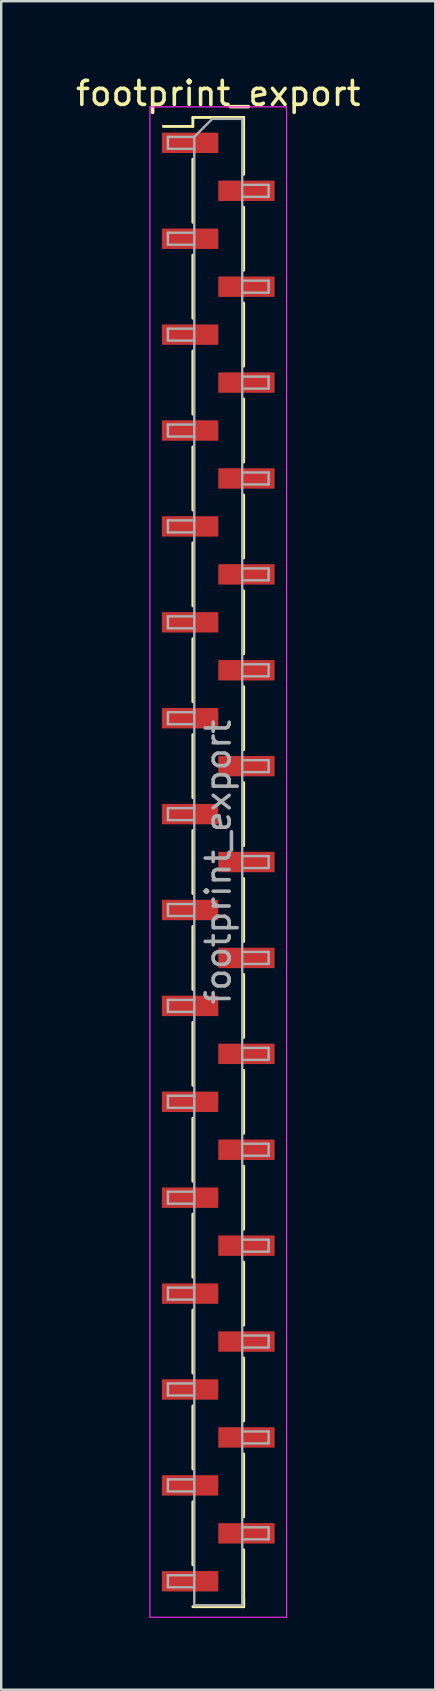
<source format=kicad_pcb>
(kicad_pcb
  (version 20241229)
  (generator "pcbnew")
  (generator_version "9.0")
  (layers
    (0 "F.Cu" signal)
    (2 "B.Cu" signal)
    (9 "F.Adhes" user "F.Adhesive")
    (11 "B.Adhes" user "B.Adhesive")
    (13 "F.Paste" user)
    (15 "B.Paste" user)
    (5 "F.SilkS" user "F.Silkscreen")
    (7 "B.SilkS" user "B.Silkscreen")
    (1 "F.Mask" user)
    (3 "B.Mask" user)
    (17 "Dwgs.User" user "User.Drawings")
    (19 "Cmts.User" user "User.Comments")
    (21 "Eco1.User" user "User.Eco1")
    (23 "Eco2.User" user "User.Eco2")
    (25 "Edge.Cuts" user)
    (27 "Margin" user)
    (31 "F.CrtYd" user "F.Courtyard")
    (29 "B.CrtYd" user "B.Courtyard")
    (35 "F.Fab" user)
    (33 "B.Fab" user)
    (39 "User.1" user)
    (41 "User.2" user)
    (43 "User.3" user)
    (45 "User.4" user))
  (footprint "footprint_export"
    (layer "F.Cu")
    (at 6.054 32.908)
    (property "Reference" "footprint_export" (at 0 -32.06 0) (layer "F.SilkS") (effects (font (size 1 1) (thickness 0.15))))
    (attr smd)
    (fp_line (start -1.06 -31.06) (end -1.06 -30.685) (stroke (width 0.12) (type solid)) (layer "F.SilkS"))
    (fp_line (start -1.06 -31.06) (end 1.06 -31.06) (stroke (width 0.12) (type solid)) (layer "F.SilkS"))
    (fp_line (start -1.06 -30.685) (end -2.29 -30.685) (stroke (width 0.12) (type solid)) (layer "F.SilkS"))
    (fp_line (start -1.06 -29.315) (end -1.06 -26.685) (stroke (width 0.12) (type solid)) (layer "F.SilkS"))
    (fp_line (start -1.06 -25.315) (end -1.06 -22.685) (stroke (width 0.12) (type solid)) (layer "F.SilkS"))
    (fp_line (start -1.06 -21.315) (end -1.06 -18.685) (stroke (width 0.12) (type solid)) (layer "F.SilkS"))
    (fp_line (start -1.06 -17.315) (end -1.06 -14.685) (stroke (width 0.12) (type solid)) (layer "F.SilkS"))
    (fp_line (start -1.06 -13.315) (end -1.06 -10.685) (stroke (width 0.12) (type solid)) (layer "F.SilkS"))
    (fp_line (start -1.06 -9.315) (end -1.06 -6.685) (stroke (width 0.12) (type solid)) (layer "F.SilkS"))
    (fp_line (start -1.06 -5.315) (end -1.06 -2.685) (stroke (width 0.12) (type solid)) (layer "F.SilkS"))
    (fp_line (start -1.06 -1.315) (end -1.06 1.315) (stroke (width 0.12) (type solid)) (layer "F.SilkS"))
    (fp_line (start -1.06 2.685) (end -1.06 5.315) (stroke (width 0.12) (type solid)) (layer "F.SilkS"))
    (fp_line (start -1.06 6.685) (end -1.06 9.315) (stroke (width 0.12) (type solid)) (layer "F.SilkS"))
    (fp_line (start -1.06 10.685) (end -1.06 13.315) (stroke (width 0.12) (type solid)) (layer "F.SilkS"))
    (fp_line (start -1.06 14.685) (end -1.06 17.315) (stroke (width 0.12) (type solid)) (layer "F.SilkS"))
    (fp_line (start -1.06 18.685) (end -1.06 21.315) (stroke (width 0.12) (type solid)) (layer "F.SilkS"))
    (fp_line (start -1.06 22.685) (end -1.06 25.315) (stroke (width 0.12) (type solid)) (layer "F.SilkS"))
    (fp_line (start -1.06 26.685) (end -1.06 29.315) (stroke (width 0.12) (type solid)) (layer "F.SilkS"))
    (fp_line (start -1.06 31.06) (end 1.06 31.06) (stroke (width 0.12) (type solid)) (layer "F.SilkS"))
    (fp_line (start 1.06 -31.06) (end 1.06 -28.685) (stroke (width 0.12) (type solid)) (layer "F.SilkS"))
    (fp_line (start 1.06 -27.315) (end 1.06 -24.685) (stroke (width 0.12) (type solid)) (layer "F.SilkS"))
    (fp_line (start 1.06 -23.315) (end 1.06 -20.685) (stroke (width 0.12) (type solid)) (layer "F.SilkS"))
    (fp_line (start 1.06 -19.315) (end 1.06 -16.685) (stroke (width 0.12) (type solid)) (layer "F.SilkS"))
    (fp_line (start 1.06 -15.315) (end 1.06 -12.685) (stroke (width 0.12) (type solid)) (layer "F.SilkS"))
    (fp_line (start 1.06 -11.315) (end 1.06 -8.685) (stroke (width 0.12) (type solid)) (layer "F.SilkS"))
    (fp_line (start 1.06 -7.315) (end 1.06 -4.685) (stroke (width 0.12) (type solid)) (layer "F.SilkS"))
    (fp_line (start 1.06 -3.315) (end 1.06 -0.685) (stroke (width 0.12) (type solid)) (layer "F.SilkS"))
    (fp_line (start 1.06 0.685) (end 1.06 3.315) (stroke (width 0.12) (type solid)) (layer "F.SilkS"))
    (fp_line (start 1.06 4.685) (end 1.06 7.315) (stroke (width 0.12) (type solid)) (layer "F.SilkS"))
    (fp_line (start 1.06 8.685) (end 1.06 11.315) (stroke (width 0.12) (type solid)) (layer "F.SilkS"))
    (fp_line (start 1.06 12.685) (end 1.06 15.315) (stroke (width 0.12) (type solid)) (layer "F.SilkS"))
    (fp_line (start 1.06 16.685) (end 1.06 19.315) (stroke (width 0.12) (type solid)) (layer "F.SilkS"))
    (fp_line (start 1.06 20.685) (end 1.06 23.315) (stroke (width 0.12) (type solid)) (layer "F.SilkS"))
    (fp_line (start 1.06 24.685) (end 1.06 27.315) (stroke (width 0.12) (type solid)) (layer "F.SilkS"))
    (fp_line (start 1.06 28.685) (end 1.06 31.06) (stroke (width 0.12) (type solid)) (layer "F.SilkS"))
    (fp_line (start 1.06 30.685) (end 1.06 31.06) (stroke (width 0.12) (type solid)) (layer "F.SilkS"))
    (fp_line (start -2.85 -31.5) (end -2.85 31.5) (stroke (width 0.05) (type solid)) (layer "F.CrtYd"))
    (fp_line (start -2.85 31.5) (end 2.85 31.5) (stroke (width 0.05) (type solid)) (layer "F.CrtYd"))
    (fp_line (start 2.85 -31.5) (end -2.85 -31.5) (stroke (width 0.05) (type solid)) (layer "F.CrtYd"))
    (fp_line (start 2.85 31.5) (end 2.85 -31.5) (stroke (width 0.05) (type solid)) (layer "F.CrtYd"))
    (fp_line (start -2.1 -30.25) (end -2.1 -29.75) (stroke (width 0.1) (type solid)) (layer "F.Fab"))
    (fp_line (start -2.1 -29.75) (end -1 -29.75) (stroke (width 0.1) (type solid)) (layer "F.Fab"))
    (fp_line (start -2.1 -26.25) (end -2.1 -25.75) (stroke (width 0.1) (type solid)) (layer "F.Fab"))
    (fp_line (start -2.1 -25.75) (end -1 -25.75) (stroke (width 0.1) (type solid)) (layer "F.Fab"))
    (fp_line (start -2.1 -22.25) (end -2.1 -21.75) (stroke (width 0.1) (type solid)) (layer "F.Fab"))
    (fp_line (start -2.1 -21.75) (end -1 -21.75) (stroke (width 0.1) (type solid)) (layer "F.Fab"))
    (fp_line (start -2.1 -18.25) (end -2.1 -17.75) (stroke (width 0.1) (type solid)) (layer "F.Fab"))
    (fp_line (start -2.1 -17.75) (end -1 -17.75) (stroke (width 0.1) (type solid)) (layer "F.Fab"))
    (fp_line (start -2.1 -14.25) (end -2.1 -13.75) (stroke (width 0.1) (type solid)) (layer "F.Fab"))
    (fp_line (start -2.1 -13.75) (end -1 -13.75) (stroke (width 0.1) (type solid)) (layer "F.Fab"))
    (fp_line (start -2.1 -10.25) (end -2.1 -9.75) (stroke (width 0.1) (type solid)) (layer "F.Fab"))
    (fp_line (start -2.1 -9.75) (end -1 -9.75) (stroke (width 0.1) (type solid)) (layer "F.Fab"))
    (fp_line (start -2.1 -6.25) (end -2.1 -5.75) (stroke (width 0.1) (type solid)) (layer "F.Fab"))
    (fp_line (start -2.1 -5.75) (end -1 -5.75) (stroke (width 0.1) (type solid)) (layer "F.Fab"))
    (fp_line (start -2.1 -2.25) (end -2.1 -1.75) (stroke (width 0.1) (type solid)) (layer "F.Fab"))
    (fp_line (start -2.1 -1.75) (end -1 -1.75) (stroke (width 0.1) (type solid)) (layer "F.Fab"))
    (fp_line (start -2.1 1.75) (end -2.1 2.25) (stroke (width 0.1) (type solid)) (layer "F.Fab"))
    (fp_line (start -2.1 2.25) (end -1 2.25) (stroke (width 0.1) (type solid)) (layer "F.Fab"))
    (fp_line (start -2.1 5.75) (end -2.1 6.25) (stroke (width 0.1) (type solid)) (layer "F.Fab"))
    (fp_line (start -2.1 6.25) (end -1 6.25) (stroke (width 0.1) (type solid)) (layer "F.Fab"))
    (fp_line (start -2.1 9.75) (end -2.1 10.25) (stroke (width 0.1) (type solid)) (layer "F.Fab"))
    (fp_line (start -2.1 10.25) (end -1 10.25) (stroke (width 0.1) (type solid)) (layer "F.Fab"))
    (fp_line (start -2.1 13.75) (end -2.1 14.25) (stroke (width 0.1) (type solid)) (layer "F.Fab"))
    (fp_line (start -2.1 14.25) (end -1 14.25) (stroke (width 0.1) (type solid)) (layer "F.Fab"))
    (fp_line (start -2.1 17.75) (end -2.1 18.25) (stroke (width 0.1) (type solid)) (layer "F.Fab"))
    (fp_line (start -2.1 18.25) (end -1 18.25) (stroke (width 0.1) (type solid)) (layer "F.Fab"))
    (fp_line (start -2.1 21.75) (end -2.1 22.25) (stroke (width 0.1) (type solid)) (layer "F.Fab"))
    (fp_line (start -2.1 22.25) (end -1 22.25) (stroke (width 0.1) (type solid)) (layer "F.Fab"))
    (fp_line (start -2.1 25.75) (end -2.1 26.25) (stroke (width 0.1) (type solid)) (layer "F.Fab"))
    (fp_line (start -2.1 26.25) (end -1 26.25) (stroke (width 0.1) (type solid)) (layer "F.Fab"))
    (fp_line (start -2.1 29.75) (end -2.1 30.25) (stroke (width 0.1) (type solid)) (layer "F.Fab"))
    (fp_line (start -2.1 30.25) (end -1 30.25) (stroke (width 0.1) (type solid)) (layer "F.Fab"))
    (fp_line (start -1 -30.25) (end -2.1 -30.25) (stroke (width 0.1) (type solid)) (layer "F.Fab"))
    (fp_line (start -1 -30.25) (end -0.25 -31) (stroke (width 0.1) (type solid)) (layer "F.Fab"))
    (fp_line (start -1 -26.25) (end -2.1 -26.25) (stroke (width 0.1) (type solid)) (layer "F.Fab"))
    (fp_line (start -1 -22.25) (end -2.1 -22.25) (stroke (width 0.1) (type solid)) (layer "F.Fab"))
    (fp_line (start -1 -18.25) (end -2.1 -18.25) (stroke (width 0.1) (type solid)) (layer "F.Fab"))
    (fp_line (start -1 -14.25) (end -2.1 -14.25) (stroke (width 0.1) (type solid)) (layer "F.Fab"))
    (fp_line (start -1 -10.25) (end -2.1 -10.25) (stroke (width 0.1) (type solid)) (layer "F.Fab"))
    (fp_line (start -1 -6.25) (end -2.1 -6.25) (stroke (width 0.1) (type solid)) (layer "F.Fab"))
    (fp_line (start -1 -2.25) (end -2.1 -2.25) (stroke (width 0.1) (type solid)) (layer "F.Fab"))
    (fp_line (start -1 1.75) (end -2.1 1.75) (stroke (width 0.1) (type solid)) (layer "F.Fab"))
    (fp_line (start -1 5.75) (end -2.1 5.75) (stroke (width 0.1) (type solid)) (layer "F.Fab"))
    (fp_line (start -1 9.75) (end -2.1 9.75) (stroke (width 0.1) (type solid)) (layer "F.Fab"))
    (fp_line (start -1 13.75) (end -2.1 13.75) (stroke (width 0.1) (type solid)) (layer "F.Fab"))
    (fp_line (start -1 17.75) (end -2.1 17.75) (stroke (width 0.1) (type solid)) (layer "F.Fab"))
    (fp_line (start -1 21.75) (end -2.1 21.75) (stroke (width 0.1) (type solid)) (layer "F.Fab"))
    (fp_line (start -1 25.75) (end -2.1 25.75) (stroke (width 0.1) (type solid)) (layer "F.Fab"))
    (fp_line (start -1 29.75) (end -2.1 29.75) (stroke (width 0.1) (type solid)) (layer "F.Fab"))
    (fp_line (start -1 31) (end -1 -30.25) (stroke (width 0.1) (type solid)) (layer "F.Fab"))
    (fp_line (start -0.25 -31) (end 1 -31) (stroke (width 0.1) (type solid)) (layer "F.Fab"))
    (fp_line (start 1 -31) (end 1 31) (stroke (width 0.1) (type solid)) (layer "F.Fab"))
    (fp_line (start 1 -28.25) (end 2.1 -28.25) (stroke (width 0.1) (type solid)) (layer "F.Fab"))
    (fp_line (start 1 -24.25) (end 2.1 -24.25) (stroke (width 0.1) (type solid)) (layer "F.Fab"))
    (fp_line (start 1 -20.25) (end 2.1 -20.25) (stroke (width 0.1) (type solid)) (layer "F.Fab"))
    (fp_line (start 1 -16.25) (end 2.1 -16.25) (stroke (width 0.1) (type solid)) (layer "F.Fab"))
    (fp_line (start 1 -12.25) (end 2.1 -12.25) (stroke (width 0.1) (type solid)) (layer "F.Fab"))
    (fp_line (start 1 -8.25) (end 2.1 -8.25) (stroke (width 0.1) (type solid)) (layer "F.Fab"))
    (fp_line (start 1 -4.25) (end 2.1 -4.25) (stroke (width 0.1) (type solid)) (layer "F.Fab"))
    (fp_line (start 1 -0.25) (end 2.1 -0.25) (stroke (width 0.1) (type solid)) (layer "F.Fab"))
    (fp_line (start 1 3.75) (end 2.1 3.75) (stroke (width 0.1) (type solid)) (layer "F.Fab"))
    (fp_line (start 1 7.75) (end 2.1 7.75) (stroke (width 0.1) (type solid)) (layer "F.Fab"))
    (fp_line (start 1 11.75) (end 2.1 11.75) (stroke (width 0.1) (type solid)) (layer "F.Fab"))
    (fp_line (start 1 15.75) (end 2.1 15.75) (stroke (width 0.1) (type solid)) (layer "F.Fab"))
    (fp_line (start 1 19.75) (end 2.1 19.75) (stroke (width 0.1) (type solid)) (layer "F.Fab"))
    (fp_line (start 1 23.75) (end 2.1 23.75) (stroke (width 0.1) (type solid)) (layer "F.Fab"))
    (fp_line (start 1 27.75) (end 2.1 27.75) (stroke (width 0.1) (type solid)) (layer "F.Fab"))
    (fp_line (start 1 31) (end -1 31) (stroke (width 0.1) (type solid)) (layer "F.Fab"))
    (fp_line (start 2.1 -28.25) (end 2.1 -27.75) (stroke (width 0.1) (type solid)) (layer "F.Fab"))
    (fp_line (start 2.1 -27.75) (end 1 -27.75) (stroke (width 0.1) (type solid)) (layer "F.Fab"))
    (fp_line (start 2.1 -24.25) (end 2.1 -23.75) (stroke (width 0.1) (type solid)) (layer "F.Fab"))
    (fp_line (start 2.1 -23.75) (end 1 -23.75) (stroke (width 0.1) (type solid)) (layer "F.Fab"))
    (fp_line (start 2.1 -20.25) (end 2.1 -19.75) (stroke (width 0.1) (type solid)) (layer "F.Fab"))
    (fp_line (start 2.1 -19.75) (end 1 -19.75) (stroke (width 0.1) (type solid)) (layer "F.Fab"))
    (fp_line (start 2.1 -16.25) (end 2.1 -15.75) (stroke (width 0.1) (type solid)) (layer "F.Fab"))
    (fp_line (start 2.1 -15.75) (end 1 -15.75) (stroke (width 0.1) (type solid)) (layer "F.Fab"))
    (fp_line (start 2.1 -12.25) (end 2.1 -11.75) (stroke (width 0.1) (type solid)) (layer "F.Fab"))
    (fp_line (start 2.1 -11.75) (end 1 -11.75) (stroke (width 0.1) (type solid)) (layer "F.Fab"))
    (fp_line (start 2.1 -8.25) (end 2.1 -7.75) (stroke (width 0.1) (type solid)) (layer "F.Fab"))
    (fp_line (start 2.1 -7.75) (end 1 -7.75) (stroke (width 0.1) (type solid)) (layer "F.Fab"))
    (fp_line (start 2.1 -4.25) (end 2.1 -3.75) (stroke (width 0.1) (type solid)) (layer "F.Fab"))
    (fp_line (start 2.1 -3.75) (end 1 -3.75) (stroke (width 0.1) (type solid)) (layer "F.Fab"))
    (fp_line (start 2.1 -0.25) (end 2.1 0.25) (stroke (width 0.1) (type solid)) (layer "F.Fab"))
    (fp_line (start 2.1 0.25) (end 1 0.25) (stroke (width 0.1) (type solid)) (layer "F.Fab"))
    (fp_line (start 2.1 3.75) (end 2.1 4.25) (stroke (width 0.1) (type solid)) (layer "F.Fab"))
    (fp_line (start 2.1 4.25) (end 1 4.25) (stroke (width 0.1) (type solid)) (layer "F.Fab"))
    (fp_line (start 2.1 7.75) (end 2.1 8.25) (stroke (width 0.1) (type solid)) (layer "F.Fab"))
    (fp_line (start 2.1 8.25) (end 1 8.25) (stroke (width 0.1) (type solid)) (layer "F.Fab"))
    (fp_line (start 2.1 11.75) (end 2.1 12.25) (stroke (width 0.1) (type solid)) (layer "F.Fab"))
    (fp_line (start 2.1 12.25) (end 1 12.25) (stroke (width 0.1) (type solid)) (layer "F.Fab"))
    (fp_line (start 2.1 15.75) (end 2.1 16.25) (stroke (width 0.1) (type solid)) (layer "F.Fab"))
    (fp_line (start 2.1 16.25) (end 1 16.25) (stroke (width 0.1) (type solid)) (layer "F.Fab"))
    (fp_line (start 2.1 19.75) (end 2.1 20.25) (stroke (width 0.1) (type solid)) (layer "F.Fab"))
    (fp_line (start 2.1 20.25) (end 1 20.25) (stroke (width 0.1) (type solid)) (layer "F.Fab"))
    (fp_line (start 2.1 23.75) (end 2.1 24.25) (stroke (width 0.1) (type solid)) (layer "F.Fab"))
    (fp_line (start 2.1 24.25) (end 1 24.25) (stroke (width 0.1) (type solid)) (layer "F.Fab"))
    (fp_line (start 2.1 27.75) (end 2.1 28.25) (stroke (width 0.1) (type solid)) (layer "F.Fab"))
    (fp_line (start 2.1 28.25) (end 1 28.25) (stroke (width 0.1) (type solid)) (layer "F.Fab"))
    (fp_text user "${REFERENCE}" (at 0 0 90) (layer "F.Fab") (effects (font (size 1 1) (thickness 0.15))))
    (pad "1" smd rect (at -1.175 -30) (size 2.35 0.85) (layers "F.Cu" "F.Mask" "F.Paste"))
    (pad "2" smd rect (at 1.175 -28) (size 2.35 0.85) (layers "F.Cu" "F.Mask" "F.Paste"))
    (pad "3" smd rect (at -1.175 -26) (size 2.35 0.85) (layers "F.Cu" "F.Mask" "F.Paste"))
    (pad "4" smd rect (at 1.175 -24) (size 2.35 0.85) (layers "F.Cu" "F.Mask" "F.Paste"))
    (pad "5" smd rect (at -1.175 -22) (size 2.35 0.85) (layers "F.Cu" "F.Mask" "F.Paste"))
    (pad "6" smd rect (at 1.175 -20) (size 2.35 0.85) (layers "F.Cu" "F.Mask" "F.Paste"))
    (pad "7" smd rect (at -1.175 -18) (size 2.35 0.85) (layers "F.Cu" "F.Mask" "F.Paste"))
    (pad "8" smd rect (at 1.175 -16) (size 2.35 0.85) (layers "F.Cu" "F.Mask" "F.Paste"))
    (pad "9" smd rect (at -1.175 -14) (size 2.35 0.85) (layers "F.Cu" "F.Mask" "F.Paste"))
    (pad "10" smd rect (at 1.175 -12) (size 2.35 0.85) (layers "F.Cu" "F.Mask" "F.Paste"))
    (pad "11" smd rect (at -1.175 -10) (size 2.35 0.85) (layers "F.Cu" "F.Mask" "F.Paste"))
    (pad "12" smd rect (at 1.175 -8) (size 2.35 0.85) (layers "F.Cu" "F.Mask" "F.Paste"))
    (pad "13" smd rect (at -1.175 -6) (size 2.35 0.85) (layers "F.Cu" "F.Mask" "F.Paste"))
    (pad "14" smd rect (at 1.175 -4) (size 2.35 0.85) (layers "F.Cu" "F.Mask" "F.Paste"))
    (pad "15" smd rect (at -1.175 -2) (size 2.35 0.85) (layers "F.Cu" "F.Mask" "F.Paste"))
    (pad "16" smd rect (at 1.175 0) (size 2.35 0.85) (layers "F.Cu" "F.Mask" "F.Paste"))
    (pad "17" smd rect (at -1.175 2) (size 2.35 0.85) (layers "F.Cu" "F.Mask" "F.Paste"))
    (pad "18" smd rect (at 1.175 4) (size 2.35 0.85) (layers "F.Cu" "F.Mask" "F.Paste"))
    (pad "19" smd rect (at -1.175 6) (size 2.35 0.85) (layers "F.Cu" "F.Mask" "F.Paste"))
    (pad "20" smd rect (at 1.175 8) (size 2.35 0.85) (layers "F.Cu" "F.Mask" "F.Paste"))
    (pad "21" smd rect (at -1.175 10) (size 2.35 0.85) (layers "F.Cu" "F.Mask" "F.Paste"))
    (pad "22" smd rect (at 1.175 12) (size 2.35 0.85) (layers "F.Cu" "F.Mask" "F.Paste"))
    (pad "23" smd rect (at -1.175 14) (size 2.35 0.85) (layers "F.Cu" "F.Mask" "F.Paste"))
    (pad "24" smd rect (at 1.175 16) (size 2.35 0.85) (layers "F.Cu" "F.Mask" "F.Paste"))
    (pad "25" smd rect (at -1.175 18) (size 2.35 0.85) (layers "F.Cu" "F.Mask" "F.Paste"))
    (pad "26" smd rect (at 1.175 20) (size 2.35 0.85) (layers "F.Cu" "F.Mask" "F.Paste"))
    (pad "27" smd rect (at -1.175 22) (size 2.35 0.85) (layers "F.Cu" "F.Mask" "F.Paste"))
    (pad "28" smd rect (at 1.175 24) (size 2.35 0.85) (layers "F.Cu" "F.Mask" "F.Paste"))
    (pad "29" smd rect (at -1.175 26) (size 2.35 0.85) (layers "F.Cu" "F.Mask" "F.Paste"))
    (pad "30" smd rect (at 1.175 28) (size 2.35 0.85) (layers "F.Cu" "F.Mask" "F.Paste"))
    (pad "31" smd rect (at -1.175 30) (size 2.35 0.85) (layers "F.Cu" "F.Mask" "F.Paste")))
  (gr_rect
    (start -3 -3)
    (end 15.107 67.433)
    (stroke (width 0.1) (type default))
    (fill no)
    (layer "Edge.Cuts")))
</source>
